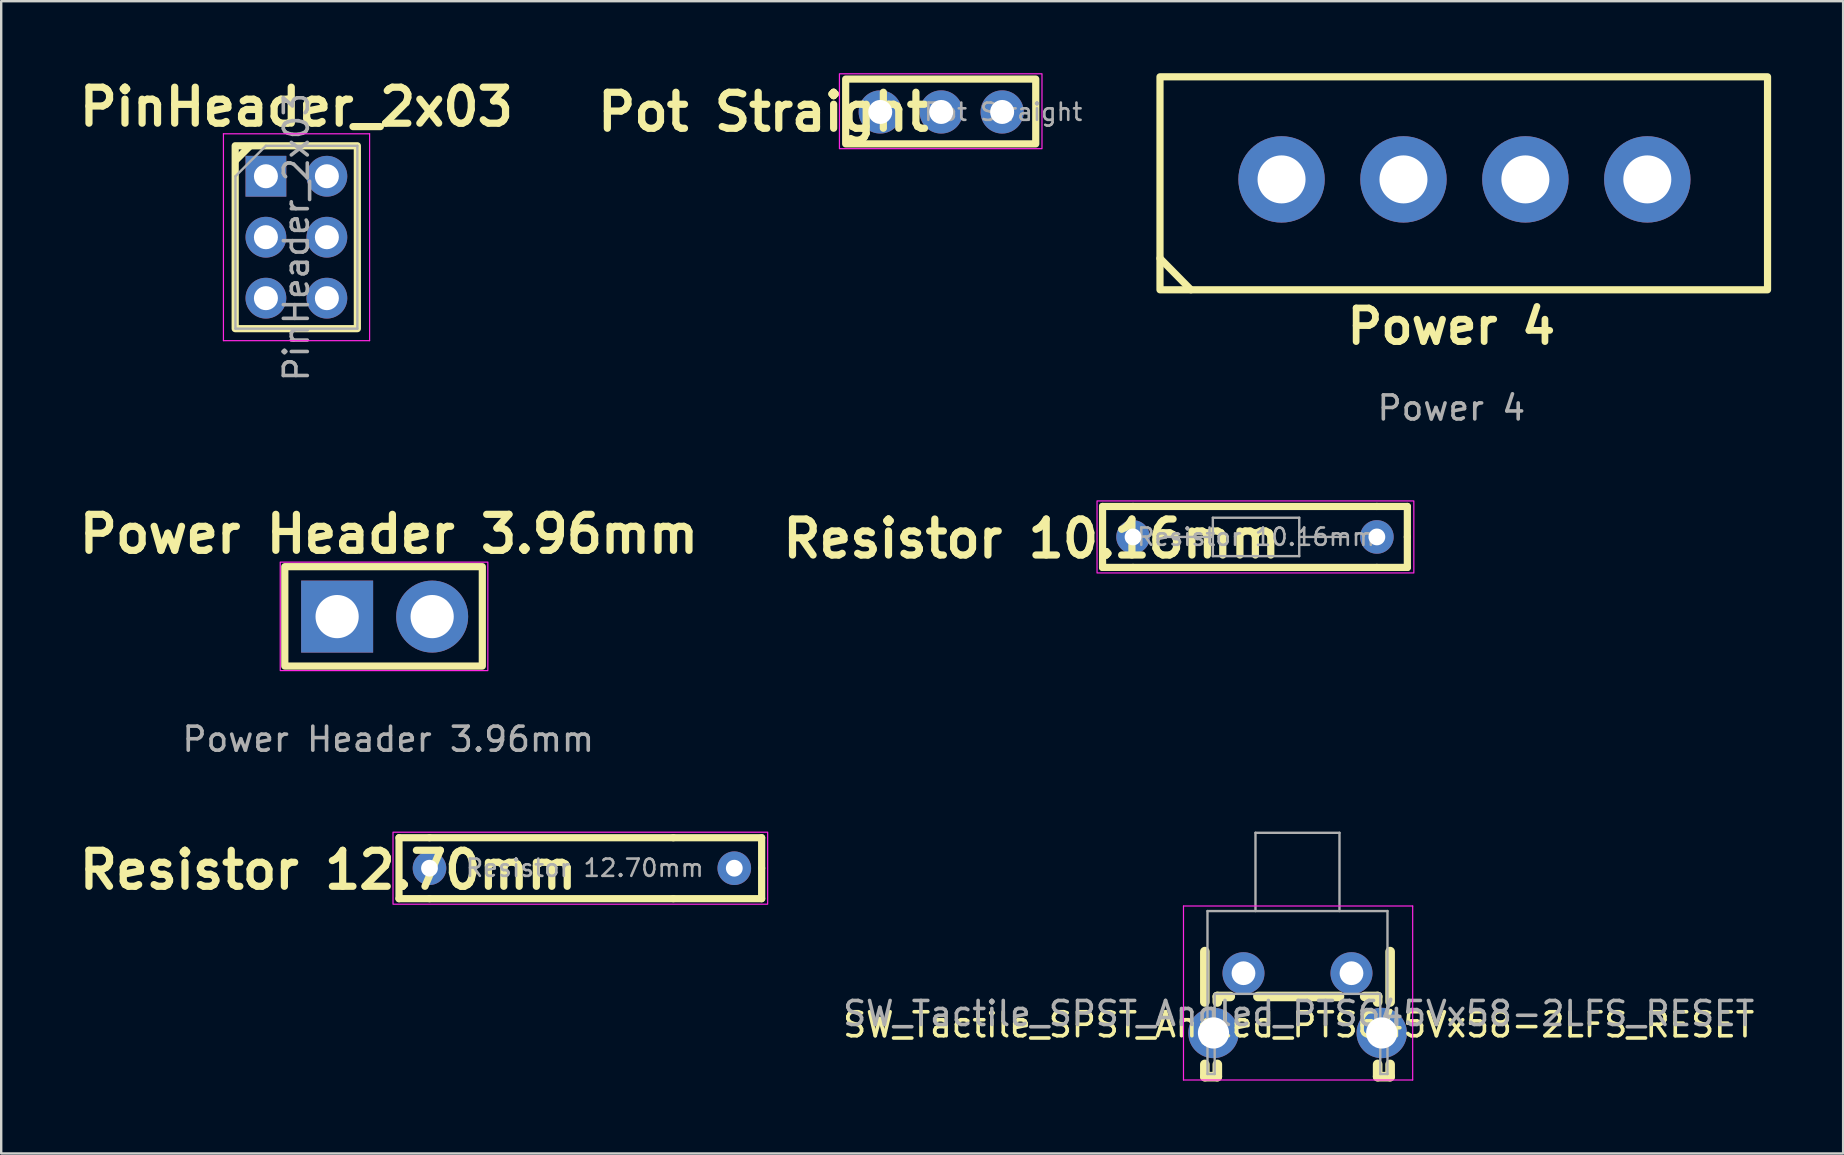
<source format=kicad_pcb>
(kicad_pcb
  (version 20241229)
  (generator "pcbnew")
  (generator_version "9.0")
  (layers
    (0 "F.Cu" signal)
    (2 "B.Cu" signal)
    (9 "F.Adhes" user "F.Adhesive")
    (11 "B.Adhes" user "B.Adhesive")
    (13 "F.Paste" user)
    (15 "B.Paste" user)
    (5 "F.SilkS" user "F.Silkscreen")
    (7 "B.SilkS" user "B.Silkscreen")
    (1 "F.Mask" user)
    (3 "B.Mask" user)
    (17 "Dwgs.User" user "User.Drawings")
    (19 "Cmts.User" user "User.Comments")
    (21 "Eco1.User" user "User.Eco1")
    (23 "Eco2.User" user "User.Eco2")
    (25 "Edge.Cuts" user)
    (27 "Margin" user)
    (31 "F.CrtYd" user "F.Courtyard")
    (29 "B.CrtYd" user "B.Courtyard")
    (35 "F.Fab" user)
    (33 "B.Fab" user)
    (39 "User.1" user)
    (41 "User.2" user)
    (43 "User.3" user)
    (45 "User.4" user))
  (footprint "Power Header 3.96mm"
    (layer "F.Cu")
    (at 10.997 22.642)
    (property "Reference" "Power Header 3.96mm" (at 2.16 -3.44 0) (unlocked yes) (layer "F.SilkS") (effects (font (size 1.5 1.5) (thickness 0.3) (bold yes))))
    (attr through_hole)
    (fp_rect (start -2.18 -2.08) (end 6.05 2.06) (stroke (width 0.3) (type default)) (fill no) (layer "F.SilkS"))
    (fp_rect (start -2.37 -2.27) (end 6.28 2.25) (stroke (width 0.05) (type default)) (fill no) (layer "F.CrtYd"))
    (fp_text user "${REFERENCE}" (at 2.13 5.11 0) (unlocked yes) (layer "F.Fab") (effects (font (size 1 1) (thickness 0.15))))
    (pad "1" thru_hole rect (at 0 0) (size 3 3) (drill 1.8) (layers "*.Cu" "*.Mask"))
    (pad "2" thru_hole circle (at 3.96 0) (size 3 3) (drill 1.8) (layers "*.Cu" "*.Mask")))
  (footprint "Power 4"
    (layer "F.Cu")
    (at 50.349 4.425)
    (property "Reference" "Power 4" (at 7.075 6.125 0) (unlocked yes) (layer "F.SilkS") (effects (font (size 1.4 1.4) (thickness 0.28))))
    (attr through_hole)
    (fp_line (start -3.775 4.6) (end -5.065 3.29) (stroke (width 0.3) (type default)) (layer "F.SilkS"))
    (fp_rect (start -5.065 -4.275) (end 20.25 4.6) (stroke (width 0.3) (type default)) (fill no) (layer "F.SilkS"))
    (fp_text user "${REFERENCE}" (at 7.075 9.525 0) (unlocked yes) (layer "F.Fab") (effects (font (size 1 1) (thickness 0.15))))
    (pad "1" thru_hole circle (at 0 0 180) (size 3.6 3.6) (drill 2) (layers "*.Cu" "*.Mask"))
    (pad "2" thru_hole circle (at 5.08 0 180) (size 3.6 3.6) (drill 2) (layers "*.Cu" "*.Mask"))
    (pad "3" thru_hole circle (at 10.16 0 180) (size 3.6 3.6) (drill 2) (layers "*.Cu" "*.Mask"))
    (pad "4" thru_hole circle (at 15.24 0 180) (size 3.6 3.6) (drill 2) (layers "*.Cu" "*.Mask")))
  (footprint "Pot Straight"
    (layer "F.Cu")
    (at 33.627 1.615)
    (property "Reference" "Pot Straight" (at -4.87 0 0) (layer "F.SilkS") (effects (font (size 1.5 1.5) (thickness 0.3) (bold yes))))
    (attr through_hole)
    (fp_rect (start -1.44 -1.37) (end 6.48 1.33) (stroke (width 0.3) (type default)) (fill no) (layer "F.SilkS"))
    (fp_rect (start -1.7 -1.59) (end 6.74 1.53) (stroke (width 0.05) (type default)) (fill no) (layer "F.CrtYd"))
    (fp_text user "${REFERENCE}" (at 5.125 0 0) (layer "F.Fab") (effects (font (size 0.72 0.72) (thickness 0.108))))
    (pad "1" thru_hole circle (at 0 0) (size 1.8 1.8) (drill 1) (layers "*.Cu" "*.Mask"))
    (pad "2" thru_hole circle (at 2.54 0) (size 1.8 1.8) (drill 1) (layers "*.Cu" "*.Mask"))
    (pad "2" thru_hole circle (at 5.08 0) (size 1.8 1.8) (drill 1) (layers "*.Cu" "*.Mask")))
  (footprint "PinHeader_2x03"
    (layer "F.Cu")
    (at 8.03 4.294)
    (property "Reference" "PinHeader_2x03" (at 1.27 -2.89 0) (layer "F.SilkS") (effects (font (size 1.5 1.5) (thickness 0.3) (bold yes))))
    (attr through_hole)
    (fp_line (start -1.255 -0.67) (end -0.685 -1.24) (stroke (width 0.3) (type default)) (layer "F.SilkS"))
    (fp_rect (start -1.28 -1.27) (end 3.81 6.35) (stroke (width 0.3) (type default)) (fill no) (layer "F.SilkS"))
    (fp_line (start -1.77 -1.77) (end -1.77 6.85) (stroke (width 0.05) (type solid)) (layer "F.CrtYd"))
    (fp_line (start -1.77 6.85) (end 4.32 6.85) (stroke (width 0.05) (type solid)) (layer "F.CrtYd"))
    (fp_line (start 4.32 -1.77) (end -1.77 -1.77) (stroke (width 0.05) (type solid)) (layer "F.CrtYd"))
    (fp_line (start 4.32 6.85) (end 4.32 -1.77) (stroke (width 0.05) (type solid)) (layer "F.CrtYd"))
    (fp_line (start -1.27 0) (end 0 -1.27) (stroke (width 0.1) (type solid)) (layer "F.Fab"))
    (fp_line (start -1.27 6.35) (end -1.27 0) (stroke (width 0.1) (type solid)) (layer "F.Fab"))
    (fp_line (start 0 -1.27) (end 3.81 -1.27) (stroke (width 0.1) (type solid)) (layer "F.Fab"))
    (fp_line (start 3.81 -1.27) (end 3.81 6.35) (stroke (width 0.1) (type solid)) (layer "F.Fab"))
    (fp_line (start 3.81 6.35) (end -1.27 6.35) (stroke (width 0.1) (type solid)) (layer "F.Fab"))
    (fp_text user "${REFERENCE}" (at 1.27 2.54 90) (layer "F.Fab") (effects (font (size 1 1) (thickness 0.15))))
    (pad "1" thru_hole rect (at 0 0) (size 1.7 1.7) (drill 1) (layers "*.Cu" "*.Mask"))
    (pad "2" thru_hole circle (at 2.54 0) (size 1.7 1.7) (drill 1) (layers "*.Cu" "*.Mask"))
    (pad "3" thru_hole circle (at 0 2.54) (size 1.7 1.7) (drill 1) (layers "*.Cu" "*.Mask"))
    (pad "4" thru_hole circle (at 2.54 2.54) (size 1.7 1.7) (drill 1) (layers "*.Cu" "*.Mask"))
    (pad "5" thru_hole circle (at 0 5.08) (size 1.7 1.7) (drill 1) (layers "*.Cu" "*.Mask"))
    (pad "6" thru_hole circle (at 2.54 5.08) (size 1.7 1.7) (drill 1) (layers "*.Cu" "*.Mask")))
  (footprint "Resistor 12.70mm"
    (layer "F.Cu")
    (at 14.846 33.126)
    (property "Reference" "Resistor 12.70mm" (at -4.225 0.075 0) (layer "F.SilkS") (effects (font (size 1.5 1.5) (thickness 0.3) (bold yes))))
    (attr through_hole)
    (fp_line (start -1.27 -1.27) (end -1.27 1.27) (stroke (width 0.3) (type default)) (layer "F.SilkS"))
    (fp_line (start -1.27 -1.27) (end 0 -1.27) (stroke (width 0.3) (type default)) (layer "F.SilkS"))
    (fp_line (start -1.27 1.27) (end 0 1.27) (stroke (width 0.3) (type default)) (layer "F.SilkS"))
    (fp_line (start 0 -1.27) (end 10.16 -1.27) (stroke (width 0.3) (type default)) (layer "F.SilkS"))
    (fp_line (start 0 1.27) (end 10.16 1.27) (stroke (width 0.3) (type default)) (layer "F.SilkS"))
    (fp_line (start 10.16 -1.27) (end 13.84 -1.27) (stroke (width 0.3) (type default)) (layer "F.SilkS"))
    (fp_line (start 10.16 1.27) (end 13.84 1.27) (stroke (width 0.3) (type default)) (layer "F.SilkS"))
    (fp_line (start 13.84 0) (end 13.84 -1.27) (stroke (width 0.3) (type default)) (layer "F.SilkS"))
    (fp_line (start 13.84 1.27) (end 13.84 0) (stroke (width 0.3) (type default)) (layer "F.SilkS"))
    (fp_rect (start -1.52 -1.5) (end 14.09 1.5) (stroke (width 0.05) (type default)) (fill no) (layer "F.CrtYd"))
    (fp_text user "${REFERENCE}" (at 6.47 -0.01 0) (layer "F.Fab") (effects (font (size 0.72 0.72) (thickness 0.108))))
    (pad "1" thru_hole circle (at 0 0) (size 1.4 1.4) (drill 0.7) (layers "*.Cu" "*.Mask"))
    (pad "2" thru_hole oval (at 12.7 0) (size 1.4 1.4) (drill 0.7) (layers "*.Cu" "*.Mask")))
  (footprint "SW_Tactile_SPST_Angled_PTS645Vx58-2LFS_RESET"
    (layer "F.Cu")
    (at 48.763 37.501)
    (property "Reference" "SW_Tactile_SPST_Angled_PTS645Vx58-2LFS_RESET" (at 2.3 2.15 0) (layer "F.SilkS") (effects (font (size 1 1) (thickness 0.15))))
    (attr through_hole)
    (fp_line (start -1.61 -0.9) (end -1.61 1.2) (stroke (width 0.4) (type solid)) (layer "F.SilkS"))
    (fp_line (start -1.61 3.8) (end -1.61 4.31) (stroke (width 0.4) (type solid)) (layer "F.SilkS"))
    (fp_line (start -1.61 4.31) (end -1.09 4.31) (stroke (width 0.4) (type solid)) (layer "F.SilkS"))
    (fp_line (start -1.09 0.97) (end -1.09 1.2) (stroke (width 0.4) (type solid)) (layer "F.SilkS"))
    (fp_line (start -1.09 0.97) (end -0.55 0.97) (stroke (width 0.4) (type solid)) (layer "F.SilkS"))
    (fp_line (start -1.09 3.8) (end -1.09 4.31) (stroke (width 0.4) (type solid)) (layer "F.SilkS"))
    (fp_line (start 0.6 0.97) (end 4 0.97) (stroke (width 0.4) (type solid)) (layer "F.SilkS"))
    (fp_line (start 5.05 0.97) (end 5.59 0.97) (stroke (width 0.4) (type solid)) (layer "F.SilkS"))
    (fp_line (start 5.59 0.97) (end 5.59 1.2) (stroke (width 0.4) (type solid)) (layer "F.SilkS"))
    (fp_line (start 5.59 3.8) (end 5.59 4.31) (stroke (width 0.4) (type solid)) (layer "F.SilkS"))
    (fp_line (start 5.59 4.31) (end 6.11 4.31) (stroke (width 0.4) (type solid)) (layer "F.SilkS"))
    (fp_line (start 6.11 -0.9) (end 6.11 1.2) (stroke (width 0.4) (type solid)) (layer "F.SilkS"))
    (fp_line (start 6.11 3.8) (end 6.11 4.31) (stroke (width 0.4) (type solid)) (layer "F.SilkS"))
    (fp_line (start -2.5 -2.8) (end 7.05 -2.8) (stroke (width 0.05) (type solid)) (layer "F.CrtYd"))
    (fp_line (start -2.5 4.45) (end -2.5 -2.8) (stroke (width 0.05) (type solid)) (layer "F.CrtYd"))
    (fp_line (start 7.05 -2.8) (end 7.05 4.45) (stroke (width 0.05) (type solid)) (layer "F.CrtYd"))
    (fp_line (start 7.05 4.45) (end -2.5 4.45) (stroke (width 0.05) (type solid)) (layer "F.CrtYd"))
    (fp_line (start -1.5 -2.59) (end 6 -2.59) (stroke (width 0.1) (type solid)) (layer "F.Fab"))
    (fp_line (start -1.5 4.2) (end -1.5 -2.59) (stroke (width 0.1) (type solid)) (layer "F.Fab"))
    (fp_line (start -1.5 4.2) (end -1.2 4.2) (stroke (width 0.1) (type solid)) (layer "F.Fab"))
    (fp_line (start -1.2 0.86) (end 5.7 0.86) (stroke (width 0.1) (type solid)) (layer "F.Fab"))
    (fp_line (start -1.2 4.2) (end -1.2 0.86) (stroke (width 0.1) (type solid)) (layer "F.Fab"))
    (fp_line (start 0.5 -5.85) (end 0.5 -2.59) (stroke (width 0.1) (type solid)) (layer "F.Fab"))
    (fp_line (start 0.5 -5.85) (end 4 -5.85) (stroke (width 0.1) (type solid)) (layer "F.Fab"))
    (fp_line (start 4 -5.85) (end 4 -2.59) (stroke (width 0.1) (type solid)) (layer "F.Fab"))
    (fp_line (start 5.7 4.2) (end 5.7 0.86) (stroke (width 0.1) (type solid)) (layer "F.Fab"))
    (fp_line (start 5.7 4.2) (end 6 4.2) (stroke (width 0.1) (type solid)) (layer "F.Fab"))
    (fp_line (start 6 4.2) (end 6 -2.59) (stroke (width 0.1) (type solid)) (layer "F.Fab"))
    (fp_text user "${REFERENCE}" (at 2.3 1.68 0) (layer "F.Fab") (effects (font (size 1 1) (thickness 0.15))))
    (pad "" thru_hole circle (at -1.25 2.49) (size 2.1 2.1) (drill 1.3) (layers "*.Cu" "*.Mask"))
    (pad "" thru_hole circle (at 5.76 2.49) (size 2.1 2.1) (drill 1.3) (layers "*.Cu" "*.Mask"))
    (pad "1" thru_hole circle (at 0 0) (size 1.75 1.75) (drill 0.99) (layers "*.Cu" "*.Mask"))
    (pad "2" thru_hole circle (at 4.5 0) (size 1.75 1.75) (drill 0.99) (layers "*.Cu" "*.Mask")))
  (footprint "Resistor 10.16mm"
    (layer "F.Cu")
    (at 44.161 19.323)
    (property "Reference" "Resistor 10.16mm" (at -4.225 0.075 180) (layer "F.SilkS") (effects (font (size 1.5 1.5) (thickness 0.3) (bold yes))))
    (attr through_hole)
    (fp_line (start -1.27 -1.27) (end -1.27 1.27) (stroke (width 0.3) (type default)) (layer "F.SilkS"))
    (fp_line (start -1.27 -1.27) (end 0 -1.27) (stroke (width 0.3) (type default)) (layer "F.SilkS"))
    (fp_line (start -1.27 1.27) (end 0 1.27) (stroke (width 0.3) (type default)) (layer "F.SilkS"))
    (fp_line (start 0 -1.27) (end 10.16 -1.27) (stroke (width 0.3) (type default)) (layer "F.SilkS"))
    (fp_line (start 0 1.27) (end 10.16 1.27) (stroke (width 0.3) (type default)) (layer "F.SilkS"))
    (fp_line (start 10.16 -1.27) (end 11.43 -1.27) (stroke (width 0.3) (type default)) (layer "F.SilkS"))
    (fp_line (start 10.16 1.27) (end 11.43 1.27) (stroke (width 0.3) (type default)) (layer "F.SilkS"))
    (fp_line (start 11.43 0) (end 11.43 -1.27) (stroke (width 0.3) (type default)) (layer "F.SilkS"))
    (fp_line (start 11.43 1.27) (end 11.43 0) (stroke (width 0.3) (type default)) (layer "F.SilkS"))
    (fp_rect (start -1.5 -1.5) (end 11.7 1.5) (stroke (width 0.05) (type default)) (fill no) (layer "F.CrtYd"))
    (fp_line (start 1.315 0) (end 3.325 0) (stroke (width 0.1) (type solid)) (layer "F.Fab"))
    (fp_line (start 3.325 -0.8) (end 3.325 0.8) (stroke (width 0.1) (type solid)) (layer "F.Fab"))
    (fp_line (start 3.325 0.8) (end 6.925 0.8) (stroke (width 0.1) (type solid)) (layer "F.Fab"))
    (fp_line (start 6.925 -0.8) (end 3.325 -0.8) (stroke (width 0.1) (type solid)) (layer "F.Fab"))
    (fp_line (start 6.925 0.8) (end 6.925 -0.8) (stroke (width 0.1) (type solid)) (layer "F.Fab"))
    (fp_line (start 8.935 0) (end 6.925 0) (stroke (width 0.1) (type solid)) (layer "F.Fab"))
    (fp_text user "${REFERENCE}" (at 5.125 0 0) (layer "F.Fab") (effects (font (size 0.72 0.72) (thickness 0.108))))
    (pad "1" thru_hole circle (at 0 0) (size 1.4 1.4) (drill 0.7) (layers "*.Cu" "*.Mask"))
    (pad "2" thru_hole oval (at 10.16 0) (size 1.4 1.4) (drill 0.7) (layers "*.Cu" "*.Mask")))
  (gr_rect
    (start -3 -3)
    (end 73.749 45.011)
    (stroke (width 0.1) (type default))
    (fill no)
    (layer "Edge.Cuts")))
</source>
